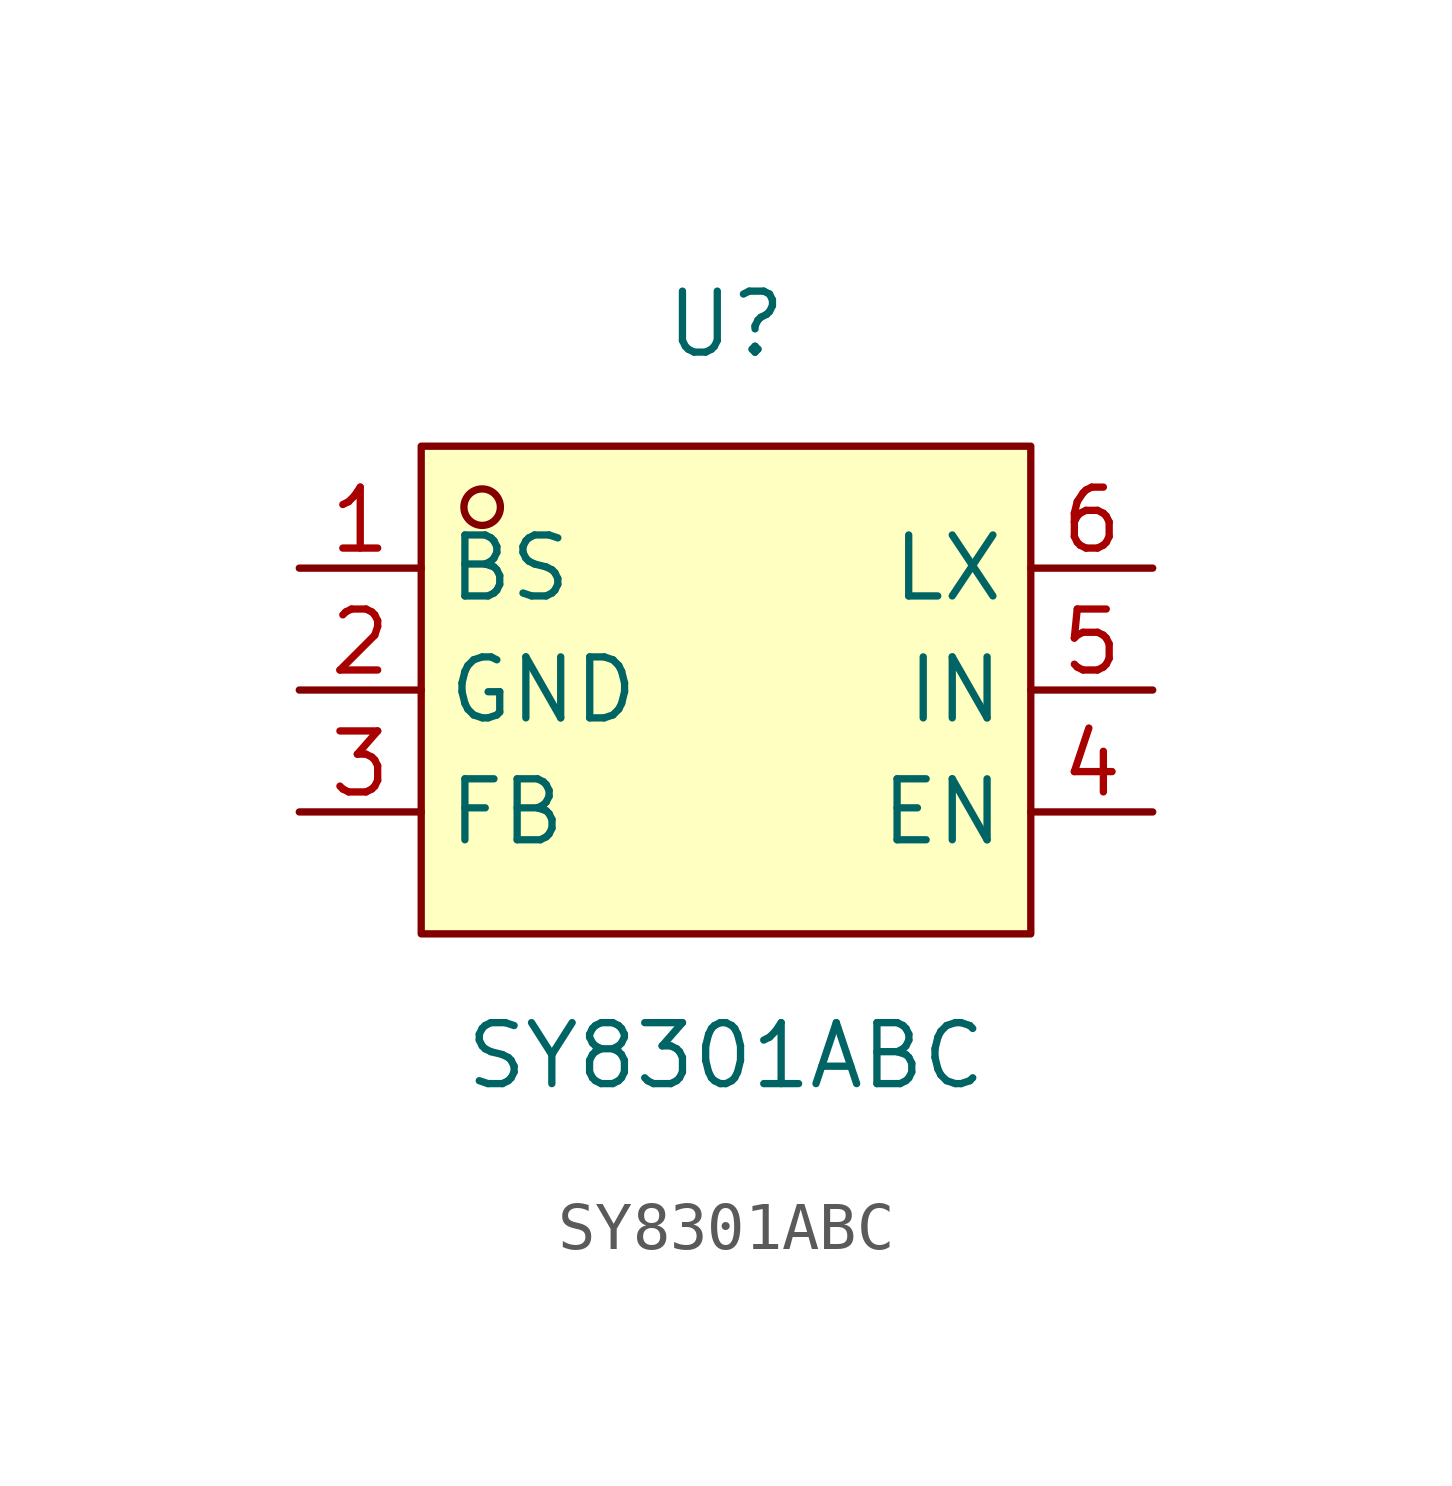
<source format=kicad_sym>
(kicad_symbol_lib
  (version 20220914)
  (generator kicad_symbol_editor)
  (symbol "SY8301ABC"
    (property "Reference" "U"
      (at 0 7.62 0)
      (effects (font (size 1.27 1.27))))
    (property "Value" "SY8301ABC"
      (at 0 -7.62 0)
      (effects (font (size 1.27 1.27))))
    (symbol "SY8301ABC_0_1"
      (rectangle (start -6.35 5.08) (end 6.35 -5.08) (stroke (width 0) (type default)) (fill (type background)))
      (circle (center -5.08 3.81) (radius 0.38) (stroke (width 0) (type default)) (fill (type none)))
      (pin unspecified line (at -8.89 2.54 0) (length 2.54) (name "BS" (effects (font (size 1.27 1.27)))) (number "1" (effects (font (size 1.27 1.27)))))
      (pin unspecified line (at -8.89 0 0) (length 2.54) (name "GND" (effects (font (size 1.27 1.27)))) (number "2" (effects (font (size 1.27 1.27)))))
      (pin unspecified line (at -8.89 -2.54 0) (length 2.54) (name "FB" (effects (font (size 1.27 1.27)))) (number "3" (effects (font (size 1.27 1.27)))))
      (pin unspecified line (at 8.89 -2.54 180) (length 2.54) (name "EN" (effects (font (size 1.27 1.27)))) (number "4" (effects (font (size 1.27 1.27)))))
      (pin unspecified line (at 8.89 0 180) (length 2.54) (name "IN" (effects (font (size 1.27 1.27)))) (number "5" (effects (font (size 1.27 1.27)))))
      (pin unspecified line (at 8.89 2.54 180) (length 2.54) (name "LX" (effects (font (size 1.27 1.27)))) (number "6" (effects (font (size 1.27 1.27))))))))
</source>
